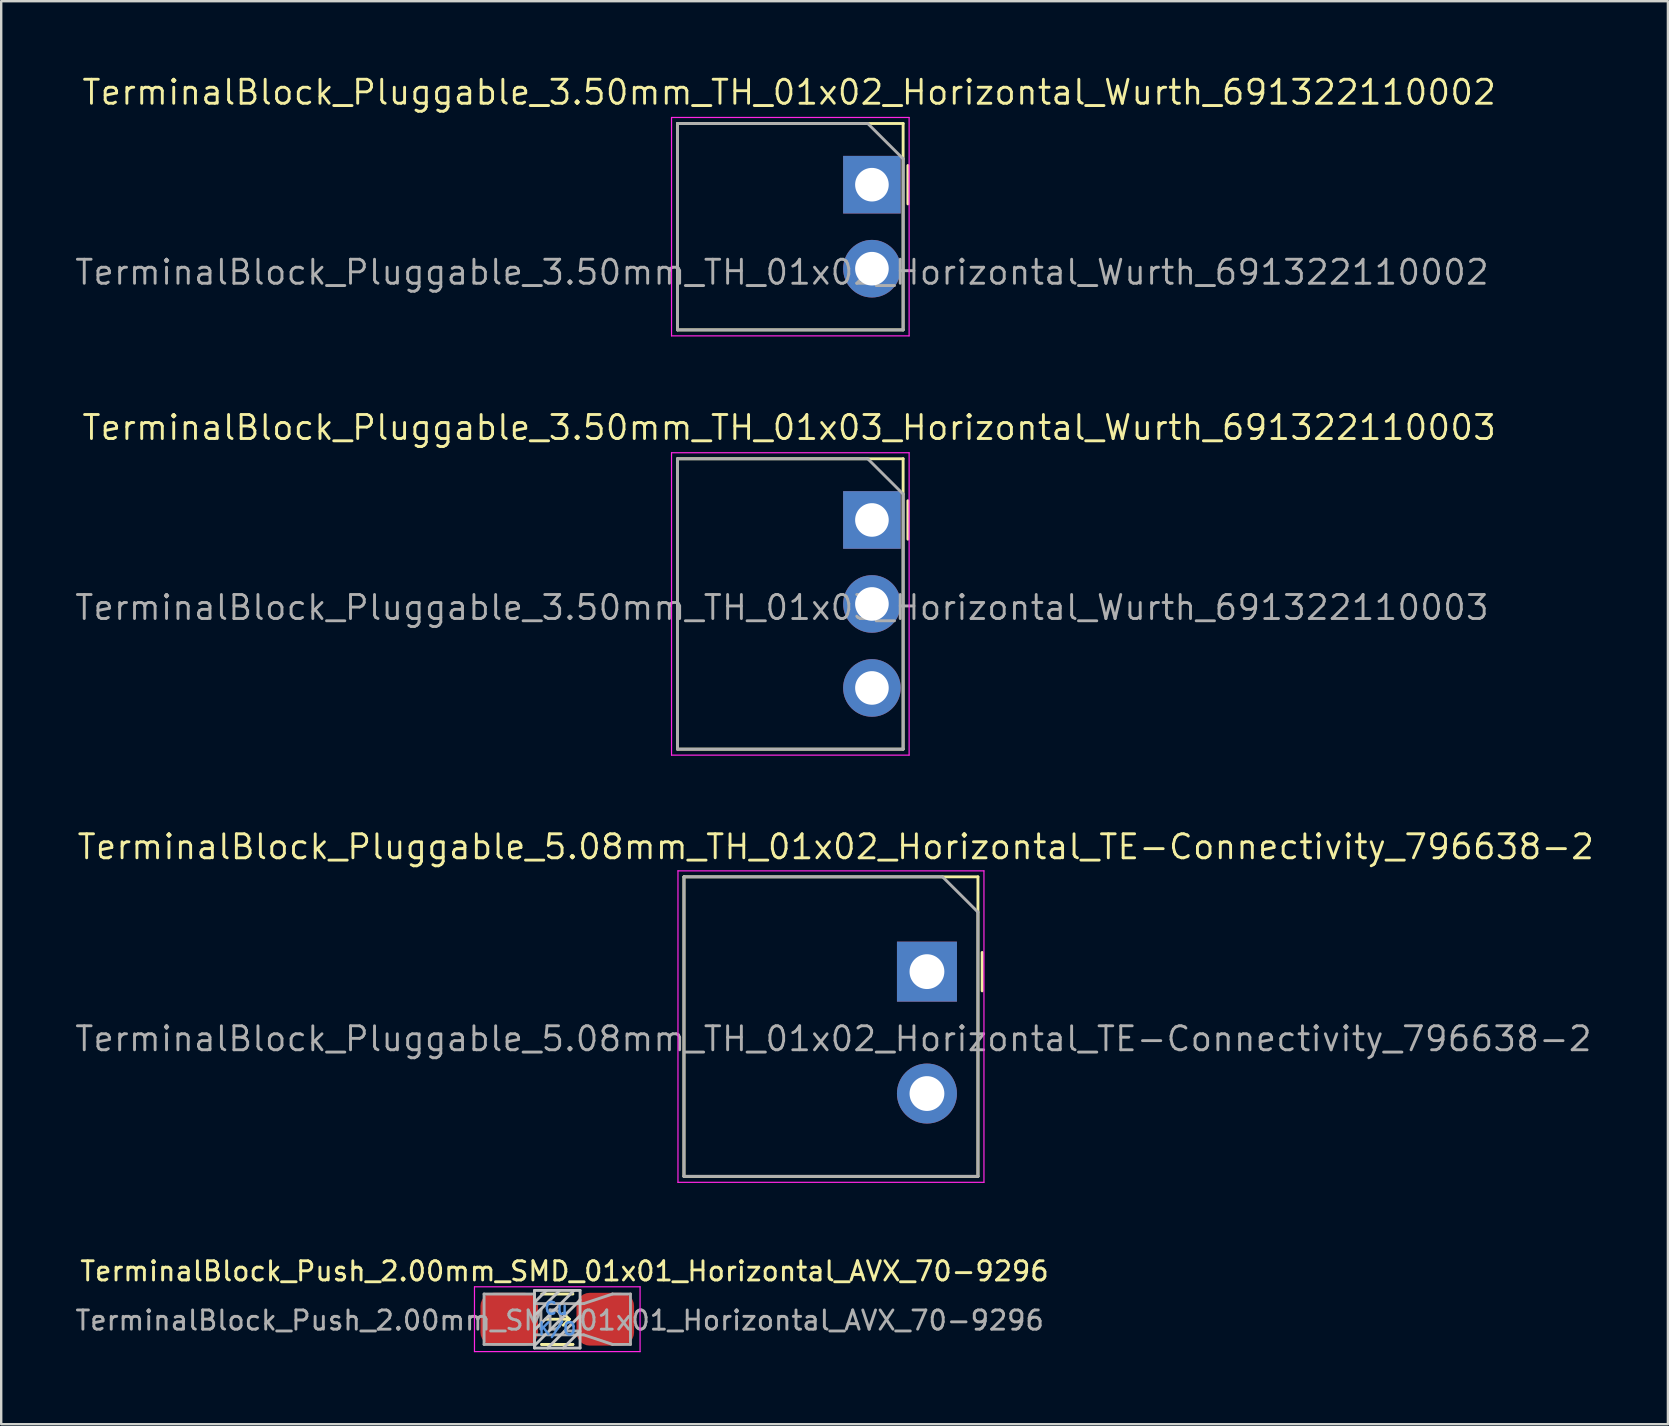
<source format=kicad_pcb>
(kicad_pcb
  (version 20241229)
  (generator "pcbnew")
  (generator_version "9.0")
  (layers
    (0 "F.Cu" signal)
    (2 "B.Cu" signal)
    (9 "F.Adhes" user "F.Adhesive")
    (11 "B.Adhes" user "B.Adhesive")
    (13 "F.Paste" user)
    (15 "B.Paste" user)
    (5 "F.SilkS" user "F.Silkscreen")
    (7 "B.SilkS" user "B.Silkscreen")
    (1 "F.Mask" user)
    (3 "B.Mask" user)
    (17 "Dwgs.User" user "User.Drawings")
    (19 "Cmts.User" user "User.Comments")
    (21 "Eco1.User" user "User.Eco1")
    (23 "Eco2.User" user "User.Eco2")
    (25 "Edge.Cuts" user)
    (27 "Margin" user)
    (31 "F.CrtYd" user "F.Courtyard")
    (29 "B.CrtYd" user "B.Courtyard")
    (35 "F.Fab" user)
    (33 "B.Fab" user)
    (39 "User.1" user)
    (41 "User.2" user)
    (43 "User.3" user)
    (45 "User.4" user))
  (footprint "TerminalBlock_Pluggable_3.50mm_TH_01x03_Horizontal_Wurth_691322110003"
    (layer "F.Cu")
    (at 33.282 18.616)
    (property "Reference" "TerminalBlock_Pluggable_3.50mm_TH_01x03_Horizontal_Wurth_691322110003" (at -3.45 -3.85 0) (unlocked yes) (layer "F.SilkS") (effects (font (size 1 1) (thickness 0.12))))
    (attr through_hole)
    (fp_line (start -8.1 -2.55) (end -8.1 9.55) (stroke (width 0.12) (type solid)) (layer "F.SilkS"))
    (fp_line (start -8.1 9.55) (end 1.3 9.55) (stroke (width 0.12) (type solid)) (layer "F.SilkS"))
    (fp_line (start 1.3 -2.55) (end -8.1 -2.55) (stroke (width 0.12) (type solid)) (layer "F.SilkS"))
    (fp_line (start 1.3 9.55) (end 1.3 -2.55) (stroke (width 0.12) (type solid)) (layer "F.SilkS"))
    (fp_line (start 1.5 -0.8) (end 1.5 0.8) (stroke (width 0.12) (type solid)) (layer "F.SilkS"))
    (fp_line (start -8.35 -2.8) (end 1.55 -2.8) (stroke (width 0.05) (type solid)) (layer "F.CrtYd"))
    (fp_line (start -8.35 9.8) (end -8.35 -2.8) (stroke (width 0.05) (type solid)) (layer "F.CrtYd"))
    (fp_line (start 1.55 -2.8) (end 1.55 9.8) (stroke (width 0.05) (type solid)) (layer "F.CrtYd"))
    (fp_line (start 1.55 9.8) (end -8.35 9.8) (stroke (width 0.05) (type solid)) (layer "F.CrtYd"))
    (fp_line (start -8.1 -2.55) (end -8.1 9.55) (stroke (width 0.12) (type solid)) (layer "F.Fab"))
    (fp_line (start -8.1 9.55) (end 1.3 9.55) (stroke (width 0.12) (type solid)) (layer "F.Fab"))
    (fp_line (start -0.175 -2.55) (end -8.1 -2.55) (stroke (width 0.12) (type solid)) (layer "F.Fab"))
    (fp_line (start -0.175 -2.55) (end 1.3 -1.08) (stroke (width 0.12) (type solid)) (layer "F.Fab"))
    (fp_line (start 1.3 9.55) (end 1.3 -1.08) (stroke (width 0.12) (type solid)) (layer "F.Fab"))
    (fp_text user "${REFERENCE}" (at -3.75 3.65 0) (layer "F.Fab") (effects (font (size 1 1) (thickness 0.12))))
    (pad "1" thru_hole rect (at 0 0) (size 2.4 2.4) (drill 1.4) (layers "*.Cu" "*.Mask"))
    (pad "2" thru_hole circle (at 0 3.5) (size 2.4 2.4) (drill 1.4) (layers "*.Cu" "*.Mask"))
    (pad "3" thru_hole circle (at 0 7) (size 2.4 2.4) (drill 1.4) (layers "*.Cu" "*.Mask")))
  (footprint "TerminalBlock_Pluggable_5.08mm_TH_01x02_Horizontal_TE-Connectivity_796638-2"
    (layer "F.Cu")
    (at 35.575 37.437)
    (property "Reference" "TerminalBlock_Pluggable_5.08mm_TH_01x02_Horizontal_TE-Connectivity_796638-2" (at -3.8 -5.2 0) (unlocked yes) (layer "F.SilkS") (effects (font (size 1 1) (thickness 0.12))))
    (attr through_hole)
    (fp_line (start -10.125 -3.95) (end -10.125 8.53) (stroke (width 0.12) (type solid)) (layer "F.SilkS"))
    (fp_line (start -10.125 8.53) (end 2.125 8.53) (stroke (width 0.12) (type solid)) (layer "F.SilkS"))
    (fp_line (start 2.125 -3.95) (end -10.125 -3.95) (stroke (width 0.12) (type solid)) (layer "F.SilkS"))
    (fp_line (start 2.125 8.53) (end 2.125 -3.95) (stroke (width 0.12) (type solid)) (layer "F.SilkS"))
    (fp_line (start 2.3 -0.8) (end 2.3 0.8) (stroke (width 0.12) (type solid)) (layer "F.SilkS"))
    (fp_line (start -10.375 -4.2) (end 2.375 -4.2) (stroke (width 0.05) (type solid)) (layer "F.CrtYd"))
    (fp_line (start -10.375 8.78) (end -10.375 -4.2) (stroke (width 0.05) (type solid)) (layer "F.CrtYd"))
    (fp_line (start 2.375 -4.2) (end 2.375 8.78) (stroke (width 0.05) (type solid)) (layer "F.CrtYd"))
    (fp_line (start 2.375 8.78) (end -10.375 8.78) (stroke (width 0.05) (type solid)) (layer "F.CrtYd"))
    (fp_line (start -10.125 -3.95) (end -10.125 8.53) (stroke (width 0.12) (type solid)) (layer "F.Fab"))
    (fp_line (start -10.125 8.53) (end 2.125 8.53) (stroke (width 0.12) (type solid)) (layer "F.Fab"))
    (fp_line (start 0.65 -3.95) (end -10.125 -3.95) (stroke (width 0.12) (type solid)) (layer "F.Fab"))
    (fp_line (start 0.65 -3.95) (end 2.125 -2.48) (stroke (width 0.12) (type solid)) (layer "F.Fab"))
    (fp_line (start 2.125 8.53) (end 2.125 -2.48) (stroke (width 0.12) (type solid)) (layer "F.Fab"))
    (fp_text user "${REFERENCE}" (at -3.9 2.8 0) (layer "F.Fab") (effects (font (size 1 1) (thickness 0.12))))
    (pad "1" thru_hole rect (at 0 0) (size 2.5 2.5) (drill 1.45) (layers "*.Cu" "*.Mask"))
    (pad "2" thru_hole circle (at 0 5.08) (size 2.5 2.5) (drill 1.45) (layers "*.Cu" "*.Mask")))
  (footprint "TerminalBlock_Pluggable_3.50mm_TH_01x02_Horizontal_Wurth_691322110002"
    (layer "F.Cu")
    (at 33.282 4.646)
    (property "Reference" "TerminalBlock_Pluggable_3.50mm_TH_01x02_Horizontal_Wurth_691322110002" (at -3.45 -3.85 0) (unlocked yes) (layer "F.SilkS") (effects (font (size 1 1) (thickness 0.12))))
    (attr through_hole)
    (fp_line (start -8.1 -2.55) (end -8.1 6.05) (stroke (width 0.12) (type solid)) (layer "F.SilkS"))
    (fp_line (start -8.1 6.05) (end 1.3 6.05) (stroke (width 0.12) (type solid)) (layer "F.SilkS"))
    (fp_line (start 1.3 -2.55) (end -8.1 -2.55) (stroke (width 0.12) (type solid)) (layer "F.SilkS"))
    (fp_line (start 1.3 6.05) (end 1.3 -2.55) (stroke (width 0.12) (type solid)) (layer "F.SilkS"))
    (fp_line (start 1.5 -0.8) (end 1.5 0.8) (stroke (width 0.12) (type solid)) (layer "F.SilkS"))
    (fp_line (start -8.35 -2.8) (end 1.55 -2.8) (stroke (width 0.05) (type solid)) (layer "F.CrtYd"))
    (fp_line (start -8.35 6.3) (end -8.35 -2.8) (stroke (width 0.05) (type solid)) (layer "F.CrtYd"))
    (fp_line (start 1.55 -2.8) (end 1.55 6.3) (stroke (width 0.05) (type solid)) (layer "F.CrtYd"))
    (fp_line (start 1.55 6.3) (end -8.35 6.3) (stroke (width 0.05) (type solid)) (layer "F.CrtYd"))
    (fp_line (start -8.1 -2.55) (end -8.1 6.05) (stroke (width 0.12) (type solid)) (layer "F.Fab"))
    (fp_line (start -8.1 6.05) (end 1.3 6.05) (stroke (width 0.12) (type solid)) (layer "F.Fab"))
    (fp_line (start -0.175 -2.55) (end -8.1 -2.55) (stroke (width 0.12) (type solid)) (layer "F.Fab"))
    (fp_line (start -0.175 -2.55) (end 1.3 -1.08) (stroke (width 0.12) (type solid)) (layer "F.Fab"))
    (fp_line (start 1.3 6.05) (end 1.3 -1.08) (stroke (width 0.12) (type solid)) (layer "F.Fab"))
    (fp_text user "${REFERENCE}" (at -3.75 3.65 0) (layer "F.Fab") (effects (font (size 1 1) (thickness 0.12))))
    (pad "1" thru_hole rect (at 0 0) (size 2.4 2.4) (drill 1.4) (layers "*.Cu" "*.Mask"))
    (pad "2" thru_hole circle (at 0 3.5) (size 2.4 2.4) (drill 1.4) (layers "*.Cu" "*.Mask")))
  (footprint "TerminalBlock_Push_2.00mm_SMD_01x01_Horizontal_AVX_70-9296"
    (layer "F.Cu")
    (at 20.171 51.92)
    (property "Reference" "TerminalBlock_Push_2.00mm_SMD_01x01_Horizontal_AVX_70-9296" (at 0.3 -2 0) (unlocked yes) (layer "F.SilkS") (effects (font (size 0.8 0.8) (thickness 0.12))))
    (attr smd)
    (fp_line (start -0.5 0) (end 0.5 0) (stroke (width 0.12) (type solid)) (layer "F.SilkS"))
    (fp_line (start 0.5 0) (end 0.25 -0.25) (stroke (width 0.12) (type solid)) (layer "F.SilkS"))
    (fp_line (start 0.5 0) (end 0.25 0.25) (stroke (width 0.12) (type solid)) (layer "F.SilkS"))
    (fp_line (start 0.65 -1.05) (end -0.65 -1.05) (stroke (width 0.12) (type solid)) (layer "F.SilkS"))
    (fp_line (start 0.65 1.05) (end -0.65 1.05) (stroke (width 0.12) (type solid)) (layer "F.SilkS"))
    (fp_line (start 0.65 1.05) (end -0.65 1.05) (stroke (width 0.12) (type solid)) (layer "F.SilkS"))
    (fp_line (start -0.95 -1.2) (end -0.95 1.2) (stroke (width 0.12) (type solid)) (layer "Dwgs.User"))
    (fp_line (start -0.95 -0.7) (end -0.45 -1.2) (stroke (width 0.12) (type solid)) (layer "Dwgs.User"))
    (fp_line (start -0.95 -0.15) (end 0.1 -1.2) (stroke (width 0.12) (type solid)) (layer "Dwgs.User"))
    (fp_line (start -0.95 0.45) (end 0.7 -1.2) (stroke (width 0.12) (type solid)) (layer "Dwgs.User"))
    (fp_line (start -0.95 1.1) (end 0.95 -0.8) (stroke (width 0.12) (type solid)) (layer "Dwgs.User"))
    (fp_line (start -0.95 1.2) (end 0.95 1.2) (stroke (width 0.12) (type solid)) (layer "Dwgs.User"))
    (fp_line (start 0.95 -1.2) (end -0.95 -1.2) (stroke (width 0.12) (type solid)) (layer "Dwgs.User"))
    (fp_line (start 0.95 -0.15) (end -0.4 1.2) (stroke (width 0.12) (type solid)) (layer "Dwgs.User"))
    (fp_line (start 0.95 0.5) (end 0.25 1.2) (stroke (width 0.12) (type solid)) (layer "Dwgs.User"))
    (fp_line (start 0.95 1.2) (end 0.95 -1.2) (stroke (width 0.12) (type solid)) (layer "Dwgs.User"))
    (fp_line (start -3.45 -1.35) (end -3.45 1.35) (stroke (width 0.05) (type solid)) (layer "F.CrtYd"))
    (fp_line (start -3.45 1.35) (end 3.45 1.35) (stroke (width 0.05) (type solid)) (layer "F.CrtYd"))
    (fp_line (start 3.45 -1.35) (end -3.45 -1.35) (stroke (width 0.05) (type solid)) (layer "F.CrtYd"))
    (fp_line (start 3.45 1.35) (end 3.45 -1.35) (stroke (width 0.05) (type solid)) (layer "F.CrtYd"))
    (fp_line (start -3.05 -1.05) (end -3.05 1.05) (stroke (width 0.12) (type solid)) (layer "F.Fab"))
    (fp_line (start -0.95 -1.05) (end -3.05 -1.05) (stroke (width 0.12) (type solid)) (layer "F.Fab"))
    (fp_line (start -0.95 -1.05) (end -0.95 -0.65) (stroke (width 0.12) (type solid)) (layer "F.Fab"))
    (fp_line (start -0.95 1.05) (end -3.05 1.05) (stroke (width 0.12) (type solid)) (layer "F.Fab"))
    (fp_line (start -0.95 1.05) (end -0.95 0.65) (stroke (width 0.12) (type solid)) (layer "F.Fab"))
    (fp_line (start 1.1 -0.65) (end -0.95 -0.65) (stroke (width 0.12) (type solid)) (layer "F.Fab"))
    (fp_line (start 1.1 0.65) (end -0.95 0.65) (stroke (width 0.12) (type solid)) (layer "F.Fab"))
    (fp_line (start 2.3 -1.05) (end 1.1 -0.65) (stroke (width 0.12) (type solid)) (layer "F.Fab"))
    (fp_line (start 2.3 1.05) (end 1.1 0.65) (stroke (width 0.12) (type solid)) (layer "F.Fab"))
    (fp_line (start 3.05 -1.05) (end 2.3 -1.05) (stroke (width 0.12) (type solid)) (layer "F.Fab"))
    (fp_line (start 3.05 1.05) (end 2.3 1.05) (stroke (width 0.12) (type solid)) (layer "F.Fab"))
    (fp_line (start 3.05 1.05) (end 3.05 -1.05) (stroke (width 0.12) (type solid)) (layer "F.Fab"))
    (fp_text user "Cu" (at -0.05 -0.45 0) (layer "Cmts.User") (effects (font (size 0.5 0.5) (thickness 0.1))))
    (fp_text user "K/O" (at 0 0.4 0) (layer "Cmts.User") (effects (font (size 0.5 0.5) (thickness 0.1))))
    (fp_text user "${REFERENCE}" (at 0.1 0.05 0) (layer "F.Fab") (effects (font (size 0.8 0.8) (thickness 0.12))))
    (pad "1" smd roundrect (at -2 0) (size 2.4 2.2) (layers "F.Cu" "F.Mask" "F.Paste") (roundrect_rratio 0.25))
    (pad "1" smd roundrect (at 2 0) (size 2.4 2.2) (layers "F.Cu" "F.Mask" "F.Paste") (roundrect_rratio 0.25)))
  (gr_rect
    (start -3 -3)
    (end 66.45 56.295)
    (stroke (width 0.1) (type default))
    (fill no)
    (layer "Edge.Cuts")))
</source>
